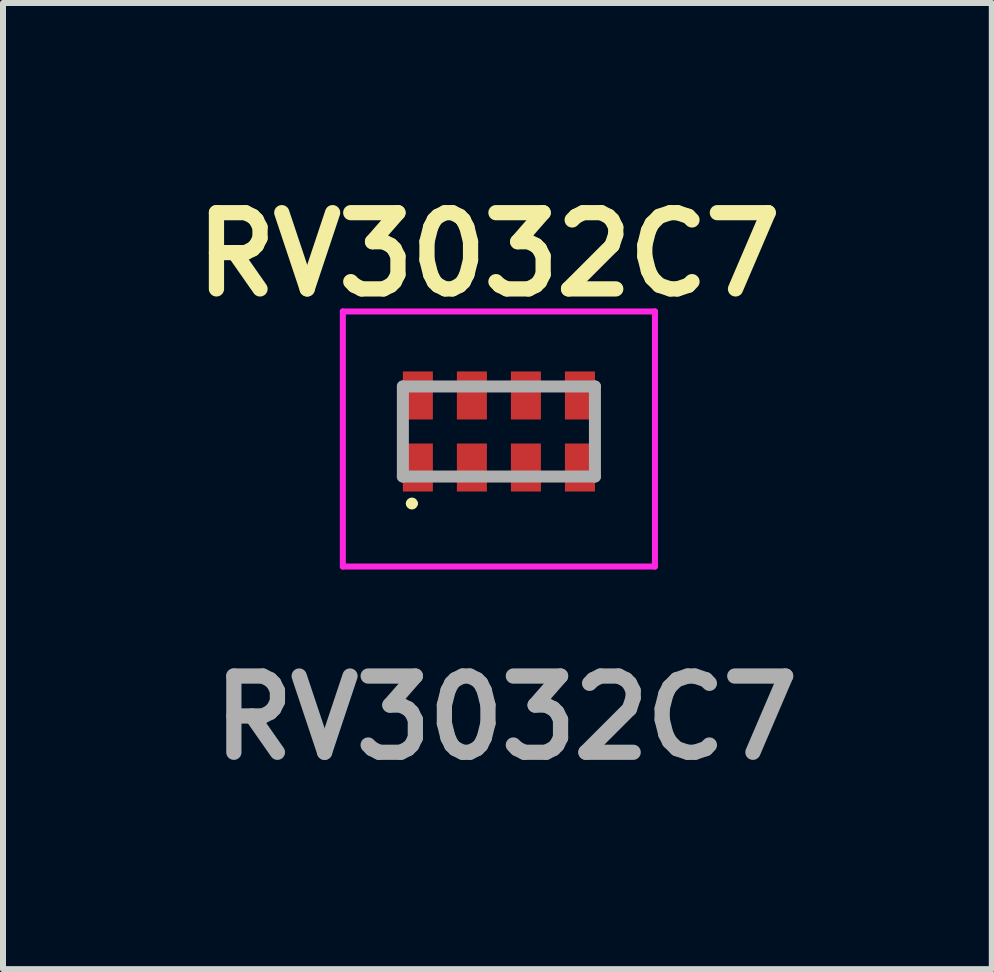
<source format=kicad_pcb>
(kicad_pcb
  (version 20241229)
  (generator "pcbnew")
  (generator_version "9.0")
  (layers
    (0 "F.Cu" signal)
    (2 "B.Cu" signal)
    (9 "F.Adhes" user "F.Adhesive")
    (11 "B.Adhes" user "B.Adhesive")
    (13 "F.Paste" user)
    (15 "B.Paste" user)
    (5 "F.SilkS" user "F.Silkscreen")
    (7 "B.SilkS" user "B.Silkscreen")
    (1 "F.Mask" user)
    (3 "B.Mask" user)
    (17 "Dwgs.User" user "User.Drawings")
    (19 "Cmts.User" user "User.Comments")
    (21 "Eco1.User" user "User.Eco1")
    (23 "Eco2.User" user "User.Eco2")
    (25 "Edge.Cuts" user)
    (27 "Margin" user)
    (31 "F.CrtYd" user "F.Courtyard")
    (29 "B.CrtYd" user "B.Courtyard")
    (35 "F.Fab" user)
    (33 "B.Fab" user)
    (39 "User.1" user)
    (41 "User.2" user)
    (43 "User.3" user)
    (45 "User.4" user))
  (footprint "RV3032C7"
    (layer "F.Cu")
    (at 5.262 4.139)
    (property "Reference" "RV3032C7" (at -0.17 -2.95 0) (layer "F.SilkS") (effects (font (size 1.27 1.27) (thickness 0.254))))
    (attr smd)
    (fp_line (start -1.5 1.2) (end -1.5 1.2) (stroke (width 0.1) (type solid)) (layer "F.SilkS"))
    (fp_line (start -1.4 1.2) (end -1.4 1.2) (stroke (width 0.1) (type solid)) (layer "F.SilkS"))
    (fp_arc (start -1.5 1.2) (mid -1.45 1.15) (end -1.4 1.2) (stroke (width 0.1) (type solid)) (layer "F.SilkS"))
    (fp_arc (start -1.4 1.2) (mid -1.45 1.25) (end -1.5 1.2) (stroke (width 0.1) (type solid)) (layer "F.SilkS"))
    (fp_line (start -2.6 -2) (end 2.6 -2) (stroke (width 0.1) (type solid)) (layer "F.CrtYd"))
    (fp_line (start -2.6 2.25) (end -2.6 -2) (stroke (width 0.1) (type solid)) (layer "F.CrtYd"))
    (fp_line (start 2.6 -2) (end 2.6 2.25) (stroke (width 0.1) (type solid)) (layer "F.CrtYd"))
    (fp_line (start 2.6 2.25) (end -2.6 2.25) (stroke (width 0.1) (type solid)) (layer "F.CrtYd"))
    (fp_line (start -1.6 -0.75) (end 1.6 -0.75) (stroke (width 0.2) (type solid)) (layer "F.Fab"))
    (fp_line (start -1.6 0.75) (end -1.6 -0.75) (stroke (width 0.2) (type solid)) (layer "F.Fab"))
    (fp_line (start 1.6 -0.75) (end 1.6 0.75) (stroke (width 0.2) (type solid)) (layer "F.Fab"))
    (fp_line (start 1.6 0.75) (end -1.6 0.75) (stroke (width 0.2) (type solid)) (layer "F.Fab"))
    (fp_text user "${REFERENCE}" (at 0.12 4.77 0) (layer "F.Fab") (effects (font (size 1.27 1.27) (thickness 0.254))))
    (pad "1" smd rect (at -1.35 0.6) (size 0.5 0.8) (layers "F.Cu" "F.Mask" "F.Paste"))
    (pad "2" smd rect (at -0.45 0.6) (size 0.5 0.8) (layers "F.Cu" "F.Mask" "F.Paste"))
    (pad "3" smd rect (at 0.45 0.6) (size 0.5 0.8) (layers "F.Cu" "F.Mask" "F.Paste"))
    (pad "4" smd rect (at 1.35 0.6) (size 0.5 0.8) (layers "F.Cu" "F.Mask" "F.Paste"))
    (pad "5" smd rect (at 1.35 -0.6) (size 0.5 0.8) (layers "F.Cu" "F.Mask" "F.Paste"))
    (pad "6" smd rect (at 0.45 -0.6) (size 0.5 0.8) (layers "F.Cu" "F.Mask" "F.Paste"))
    (pad "7" smd rect (at -0.45 -0.6) (size 0.5 0.8) (layers "F.Cu" "F.Mask" "F.Paste"))
    (pad "8" smd rect (at -1.35 -0.6) (size 0.5 0.8) (layers "F.Cu" "F.Mask" "F.Paste")))
  (gr_rect
    (start -3 -3)
    (end 13.474 13.097)
    (stroke (width 0.1) (type default))
    (fill no)
    (layer "Edge.Cuts")))
</source>
